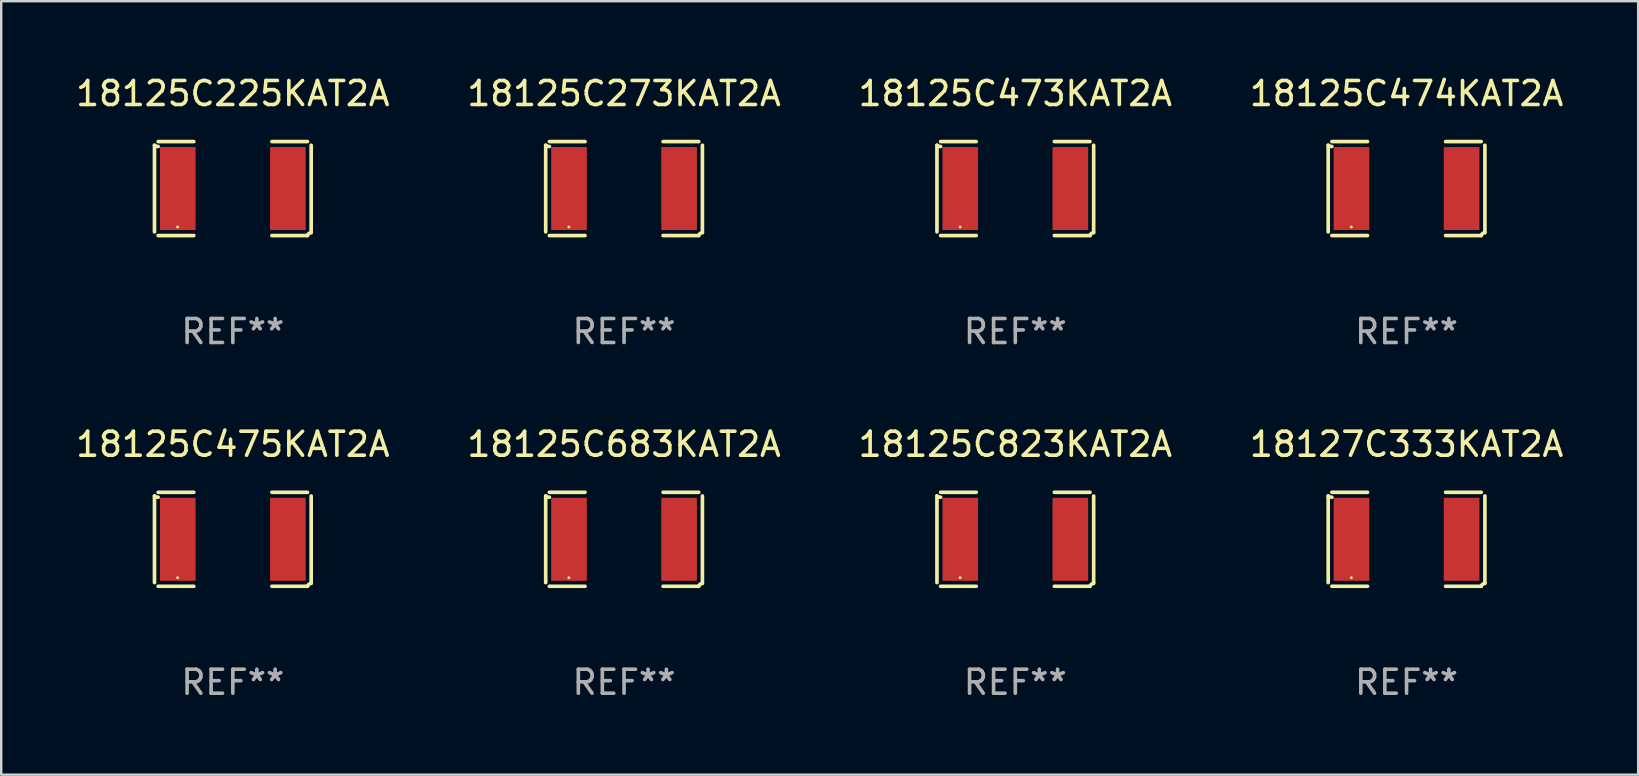
<source format=kicad_pcb>
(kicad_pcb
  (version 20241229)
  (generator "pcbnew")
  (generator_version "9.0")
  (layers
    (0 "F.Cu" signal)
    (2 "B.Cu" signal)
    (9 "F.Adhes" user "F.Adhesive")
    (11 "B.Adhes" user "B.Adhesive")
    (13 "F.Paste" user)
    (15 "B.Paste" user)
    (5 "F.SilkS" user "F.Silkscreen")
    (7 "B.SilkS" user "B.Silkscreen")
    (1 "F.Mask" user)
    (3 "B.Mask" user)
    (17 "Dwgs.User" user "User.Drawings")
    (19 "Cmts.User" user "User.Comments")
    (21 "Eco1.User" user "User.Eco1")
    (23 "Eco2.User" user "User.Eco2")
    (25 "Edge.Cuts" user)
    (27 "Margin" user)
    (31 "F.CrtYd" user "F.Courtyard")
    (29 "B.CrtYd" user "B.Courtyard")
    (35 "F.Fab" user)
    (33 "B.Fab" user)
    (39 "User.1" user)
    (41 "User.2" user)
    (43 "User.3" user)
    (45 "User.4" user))
  (footprint "18125C473KAT2A"
    (layer "F.Cu")
    (at 39.244 4.805)
    (property "Reference" "18125C473KAT2A" (at 0 -3.957 0) (layer "F.SilkS") (effects (font (size 1 1) (thickness 0.15))))
    (attr through_hole)
    (fp_line (start -3.264 1.804) (end -3.264 -1.804) (stroke (width 0.152) (type solid)) (layer "F.SilkS"))
    (fp_line (start -3.111 -1.957) (end -1.626 -1.957) (stroke (width 0.152) (type solid)) (layer "F.SilkS"))
    (fp_line (start -1.626 1.957) (end -3.111 1.957) (stroke (width 0.152) (type solid)) (layer "F.SilkS"))
    (fp_line (start 1.626 1.957) (end 3.111 1.957) (stroke (width 0.152) (type solid)) (layer "F.SilkS"))
    (fp_line (start 3.111 -1.957) (end 1.626 -1.957) (stroke (width 0.152) (type solid)) (layer "F.SilkS"))
    (fp_line (start 3.264 1.804) (end 3.264 -1.804) (stroke (width 0.152) (type solid)) (layer "F.SilkS"))
    (fp_arc (start -3.111202 -1.752192) (mid -3.191715 -1.76555) (end -3.263602 -1.804191) (stroke (width 0.1524) (type solid)) (layer "F.SilkS"))
    (fp_arc (start 3.111201 1.956591) (mid 3.167789 1.872777) (end 3.263602 1.840424) (stroke (width 0.1524) (type solid)) (layer "F.SilkS"))
    (fp_circle (center -2.3 1.6) (end -2.27 1.6) (stroke (width 0.06) (type solid)) (fill no) (layer "F.SilkS"))
    (fp_text user "REF**" (at 0 5.957 0) (layer "F.Fab") (effects (font (size 1 1) (thickness 0.15))))
    (pad "1" smd rect (at -2.293 0) (size 1.485 3.456) (layers "F.Cu" "F.Mask" "F.Paste"))
    (pad "2" smd rect (at 2.293 0) (size 1.485 3.456) (layers "F.Cu" "F.Mask" "F.Paste")))
  (footprint "18127C333KAT2A"
    (layer "F.Cu")
    (at 55.542 19.415)
    (property "Reference" "18127C333KAT2A" (at 0 -3.957 0) (layer "F.SilkS") (effects (font (size 1 1) (thickness 0.15))))
    (attr through_hole)
    (fp_line (start -3.264 1.804) (end -3.264 -1.804) (stroke (width 0.152) (type solid)) (layer "F.SilkS"))
    (fp_line (start -3.111 -1.957) (end -1.626 -1.957) (stroke (width 0.152) (type solid)) (layer "F.SilkS"))
    (fp_line (start -1.626 1.957) (end -3.111 1.957) (stroke (width 0.152) (type solid)) (layer "F.SilkS"))
    (fp_line (start 1.626 1.957) (end 3.111 1.957) (stroke (width 0.152) (type solid)) (layer "F.SilkS"))
    (fp_line (start 3.111 -1.957) (end 1.626 -1.957) (stroke (width 0.152) (type solid)) (layer "F.SilkS"))
    (fp_line (start 3.264 1.804) (end 3.264 -1.804) (stroke (width 0.152) (type solid)) (layer "F.SilkS"))
    (fp_arc (start -3.111202 -1.752192) (mid -3.191715 -1.76555) (end -3.263602 -1.804191) (stroke (width 0.1524) (type solid)) (layer "F.SilkS"))
    (fp_arc (start 3.111201 1.956591) (mid 3.167789 1.872777) (end 3.263602 1.840424) (stroke (width 0.1524) (type solid)) (layer "F.SilkS"))
    (fp_circle (center -2.3 1.6) (end -2.27 1.6) (stroke (width 0.06) (type solid)) (fill no) (layer "F.SilkS"))
    (fp_text user "REF**" (at 0 5.957 0) (layer "F.Fab") (effects (font (size 1 1) (thickness 0.15))))
    (pad "1" smd rect (at -2.293 0) (size 1.485 3.456) (layers "F.Cu" "F.Mask" "F.Paste"))
    (pad "2" smd rect (at 2.293 0) (size 1.485 3.456) (layers "F.Cu" "F.Mask" "F.Paste")))
  (footprint "18125C273KAT2A"
    (layer "F.Cu")
    (at 22.946 4.805)
    (property "Reference" "18125C273KAT2A" (at 0 -3.957 0) (layer "F.SilkS") (effects (font (size 1 1) (thickness 0.15))))
    (attr through_hole)
    (fp_line (start -3.264 1.804) (end -3.264 -1.804) (stroke (width 0.152) (type solid)) (layer "F.SilkS"))
    (fp_line (start -3.111 -1.957) (end -1.626 -1.957) (stroke (width 0.152) (type solid)) (layer "F.SilkS"))
    (fp_line (start -1.626 1.957) (end -3.111 1.957) (stroke (width 0.152) (type solid)) (layer "F.SilkS"))
    (fp_line (start 1.626 1.957) (end 3.111 1.957) (stroke (width 0.152) (type solid)) (layer "F.SilkS"))
    (fp_line (start 3.111 -1.957) (end 1.626 -1.957) (stroke (width 0.152) (type solid)) (layer "F.SilkS"))
    (fp_line (start 3.264 1.804) (end 3.264 -1.804) (stroke (width 0.152) (type solid)) (layer "F.SilkS"))
    (fp_arc (start -3.111202 -1.752192) (mid -3.191715 -1.76555) (end -3.263602 -1.804191) (stroke (width 0.1524) (type solid)) (layer "F.SilkS"))
    (fp_arc (start 3.111201 1.956591) (mid 3.167789 1.872777) (end 3.263602 1.840424) (stroke (width 0.1524) (type solid)) (layer "F.SilkS"))
    (fp_circle (center -2.3 1.6) (end -2.27 1.6) (stroke (width 0.06) (type solid)) (fill no) (layer "F.SilkS"))
    (fp_text user "REF**" (at 0 5.957 0) (layer "F.Fab") (effects (font (size 1 1) (thickness 0.15))))
    (pad "1" smd rect (at -2.293 0) (size 1.485 3.456) (layers "F.Cu" "F.Mask" "F.Paste"))
    (pad "2" smd rect (at 2.293 0) (size 1.485 3.456) (layers "F.Cu" "F.Mask" "F.Paste")))
  (footprint "18125C475KAT2A"
    (layer "F.Cu")
    (at 6.649 19.415)
    (property "Reference" "18125C475KAT2A" (at 0 -3.957 0) (layer "F.SilkS") (effects (font (size 1 1) (thickness 0.15))))
    (attr through_hole)
    (fp_line (start -3.264 1.804) (end -3.264 -1.804) (stroke (width 0.152) (type solid)) (layer "F.SilkS"))
    (fp_line (start -3.111 -1.957) (end -1.626 -1.957) (stroke (width 0.152) (type solid)) (layer "F.SilkS"))
    (fp_line (start -1.626 1.957) (end -3.111 1.957) (stroke (width 0.152) (type solid)) (layer "F.SilkS"))
    (fp_line (start 1.626 1.957) (end 3.111 1.957) (stroke (width 0.152) (type solid)) (layer "F.SilkS"))
    (fp_line (start 3.111 -1.957) (end 1.626 -1.957) (stroke (width 0.152) (type solid)) (layer "F.SilkS"))
    (fp_line (start 3.264 1.804) (end 3.264 -1.804) (stroke (width 0.152) (type solid)) (layer "F.SilkS"))
    (fp_arc (start -3.111202 -1.752192) (mid -3.191715 -1.76555) (end -3.263602 -1.804191) (stroke (width 0.1524) (type solid)) (layer "F.SilkS"))
    (fp_arc (start 3.111201 1.956591) (mid 3.167789 1.872777) (end 3.263602 1.840424) (stroke (width 0.1524) (type solid)) (layer "F.SilkS"))
    (fp_circle (center -2.3 1.6) (end -2.27 1.6) (stroke (width 0.06) (type solid)) (fill no) (layer "F.SilkS"))
    (fp_text user "REF**" (at 0 5.957 0) (layer "F.Fab") (effects (font (size 1 1) (thickness 0.15))))
    (pad "1" smd rect (at -2.293 0) (size 1.485 3.456) (layers "F.Cu" "F.Mask" "F.Paste"))
    (pad "2" smd rect (at 2.293 0) (size 1.485 3.456) (layers "F.Cu" "F.Mask" "F.Paste")))
  (footprint "18125C683KAT2A"
    (layer "F.Cu")
    (at 22.946 19.415)
    (property "Reference" "18125C683KAT2A" (at 0 -3.957 0) (layer "F.SilkS") (effects (font (size 1 1) (thickness 0.15))))
    (attr through_hole)
    (fp_line (start -3.264 1.804) (end -3.264 -1.804) (stroke (width 0.152) (type solid)) (layer "F.SilkS"))
    (fp_line (start -3.111 -1.957) (end -1.626 -1.957) (stroke (width 0.152) (type solid)) (layer "F.SilkS"))
    (fp_line (start -1.626 1.957) (end -3.111 1.957) (stroke (width 0.152) (type solid)) (layer "F.SilkS"))
    (fp_line (start 1.626 1.957) (end 3.111 1.957) (stroke (width 0.152) (type solid)) (layer "F.SilkS"))
    (fp_line (start 3.111 -1.957) (end 1.626 -1.957) (stroke (width 0.152) (type solid)) (layer "F.SilkS"))
    (fp_line (start 3.264 1.804) (end 3.264 -1.804) (stroke (width 0.152) (type solid)) (layer "F.SilkS"))
    (fp_arc (start -3.111202 -1.752192) (mid -3.191715 -1.76555) (end -3.263602 -1.804191) (stroke (width 0.1524) (type solid)) (layer "F.SilkS"))
    (fp_arc (start 3.111201 1.956591) (mid 3.167789 1.872777) (end 3.263602 1.840424) (stroke (width 0.1524) (type solid)) (layer "F.SilkS"))
    (fp_circle (center -2.3 1.6) (end -2.27 1.6) (stroke (width 0.06) (type solid)) (fill no) (layer "F.SilkS"))
    (fp_text user "REF**" (at 0 5.957 0) (layer "F.Fab") (effects (font (size 1 1) (thickness 0.15))))
    (pad "1" smd rect (at -2.293 0) (size 1.485 3.456) (layers "F.Cu" "F.Mask" "F.Paste"))
    (pad "2" smd rect (at 2.293 0) (size 1.485 3.456) (layers "F.Cu" "F.Mask" "F.Paste")))
  (footprint "18125C823KAT2A"
    (layer "F.Cu")
    (at 39.244 19.415)
    (property "Reference" "18125C823KAT2A" (at 0 -3.957 0) (layer "F.SilkS") (effects (font (size 1 1) (thickness 0.15))))
    (attr through_hole)
    (fp_line (start -3.264 1.804) (end -3.264 -1.804) (stroke (width 0.152) (type solid)) (layer "F.SilkS"))
    (fp_line (start -3.111 -1.957) (end -1.626 -1.957) (stroke (width 0.152) (type solid)) (layer "F.SilkS"))
    (fp_line (start -1.626 1.957) (end -3.111 1.957) (stroke (width 0.152) (type solid)) (layer "F.SilkS"))
    (fp_line (start 1.626 1.957) (end 3.111 1.957) (stroke (width 0.152) (type solid)) (layer "F.SilkS"))
    (fp_line (start 3.111 -1.957) (end 1.626 -1.957) (stroke (width 0.152) (type solid)) (layer "F.SilkS"))
    (fp_line (start 3.264 1.804) (end 3.264 -1.804) (stroke (width 0.152) (type solid)) (layer "F.SilkS"))
    (fp_arc (start -3.111202 -1.752192) (mid -3.191715 -1.76555) (end -3.263602 -1.804191) (stroke (width 0.1524) (type solid)) (layer "F.SilkS"))
    (fp_arc (start 3.111201 1.956591) (mid 3.167789 1.872777) (end 3.263602 1.840424) (stroke (width 0.1524) (type solid)) (layer "F.SilkS"))
    (fp_circle (center -2.3 1.6) (end -2.27 1.6) (stroke (width 0.06) (type solid)) (fill no) (layer "F.SilkS"))
    (fp_text user "REF**" (at 0 5.957 0) (layer "F.Fab") (effects (font (size 1 1) (thickness 0.15))))
    (pad "1" smd rect (at -2.293 0) (size 1.485 3.456) (layers "F.Cu" "F.Mask" "F.Paste"))
    (pad "2" smd rect (at 2.293 0) (size 1.485 3.456) (layers "F.Cu" "F.Mask" "F.Paste")))
  (footprint "18125C474KAT2A"
    (layer "F.Cu")
    (at 55.542 4.805)
    (property "Reference" "18125C474KAT2A" (at 0 -3.957 0) (layer "F.SilkS") (effects (font (size 1 1) (thickness 0.15))))
    (attr through_hole)
    (fp_line (start -3.264 1.804) (end -3.264 -1.804) (stroke (width 0.152) (type solid)) (layer "F.SilkS"))
    (fp_line (start -3.111 -1.957) (end -1.626 -1.957) (stroke (width 0.152) (type solid)) (layer "F.SilkS"))
    (fp_line (start -1.626 1.957) (end -3.111 1.957) (stroke (width 0.152) (type solid)) (layer "F.SilkS"))
    (fp_line (start 1.626 1.957) (end 3.111 1.957) (stroke (width 0.152) (type solid)) (layer "F.SilkS"))
    (fp_line (start 3.111 -1.957) (end 1.626 -1.957) (stroke (width 0.152) (type solid)) (layer "F.SilkS"))
    (fp_line (start 3.264 1.804) (end 3.264 -1.804) (stroke (width 0.152) (type solid)) (layer "F.SilkS"))
    (fp_arc (start -3.111202 -1.752192) (mid -3.191715 -1.76555) (end -3.263602 -1.804191) (stroke (width 0.1524) (type solid)) (layer "F.SilkS"))
    (fp_arc (start 3.111201 1.956591) (mid 3.167789 1.872777) (end 3.263602 1.840424) (stroke (width 0.1524) (type solid)) (layer "F.SilkS"))
    (fp_circle (center -2.3 1.6) (end -2.27 1.6) (stroke (width 0.06) (type solid)) (fill no) (layer "F.SilkS"))
    (fp_text user "REF**" (at 0 5.957 0) (layer "F.Fab") (effects (font (size 1 1) (thickness 0.15))))
    (pad "1" smd rect (at -2.293 0) (size 1.485 3.456) (layers "F.Cu" "F.Mask" "F.Paste"))
    (pad "2" smd rect (at 2.293 0) (size 1.485 3.456) (layers "F.Cu" "F.Mask" "F.Paste")))
  (footprint "18125C225KAT2A"
    (layer "F.Cu")
    (at 6.649 4.805)
    (property "Reference" "18125C225KAT2A" (at 0 -3.957 0) (layer "F.SilkS") (effects (font (size 1 1) (thickness 0.15))))
    (attr through_hole)
    (fp_line (start -3.264 1.804) (end -3.264 -1.804) (stroke (width 0.152) (type solid)) (layer "F.SilkS"))
    (fp_line (start -3.111 -1.957) (end -1.626 -1.957) (stroke (width 0.152) (type solid)) (layer "F.SilkS"))
    (fp_line (start -1.626 1.957) (end -3.111 1.957) (stroke (width 0.152) (type solid)) (layer "F.SilkS"))
    (fp_line (start 1.626 1.957) (end 3.111 1.957) (stroke (width 0.152) (type solid)) (layer "F.SilkS"))
    (fp_line (start 3.111 -1.957) (end 1.626 -1.957) (stroke (width 0.152) (type solid)) (layer "F.SilkS"))
    (fp_line (start 3.264 1.804) (end 3.264 -1.804) (stroke (width 0.152) (type solid)) (layer "F.SilkS"))
    (fp_arc (start -3.111202 -1.752192) (mid -3.191715 -1.76555) (end -3.263602 -1.804191) (stroke (width 0.1524) (type solid)) (layer "F.SilkS"))
    (fp_arc (start 3.111201 1.956591) (mid 3.167789 1.872777) (end 3.263602 1.840424) (stroke (width 0.1524) (type solid)) (layer "F.SilkS"))
    (fp_circle (center -2.3 1.6) (end -2.27 1.6) (stroke (width 0.06) (type solid)) (fill no) (layer "F.SilkS"))
    (fp_text user "REF**" (at 0 5.957 0) (layer "F.Fab") (effects (font (size 1 1) (thickness 0.15))))
    (pad "1" smd rect (at -2.293 0) (size 1.485 3.456) (layers "F.Cu" "F.Mask" "F.Paste"))
    (pad "2" smd rect (at 2.293 0) (size 1.485 3.456) (layers "F.Cu" "F.Mask" "F.Paste")))
  (gr_rect
    (start -3 -3)
    (end 65.19 29.219)
    (stroke (width 0.1) (type default))
    (fill no)
    (layer "Edge.Cuts")))
</source>
